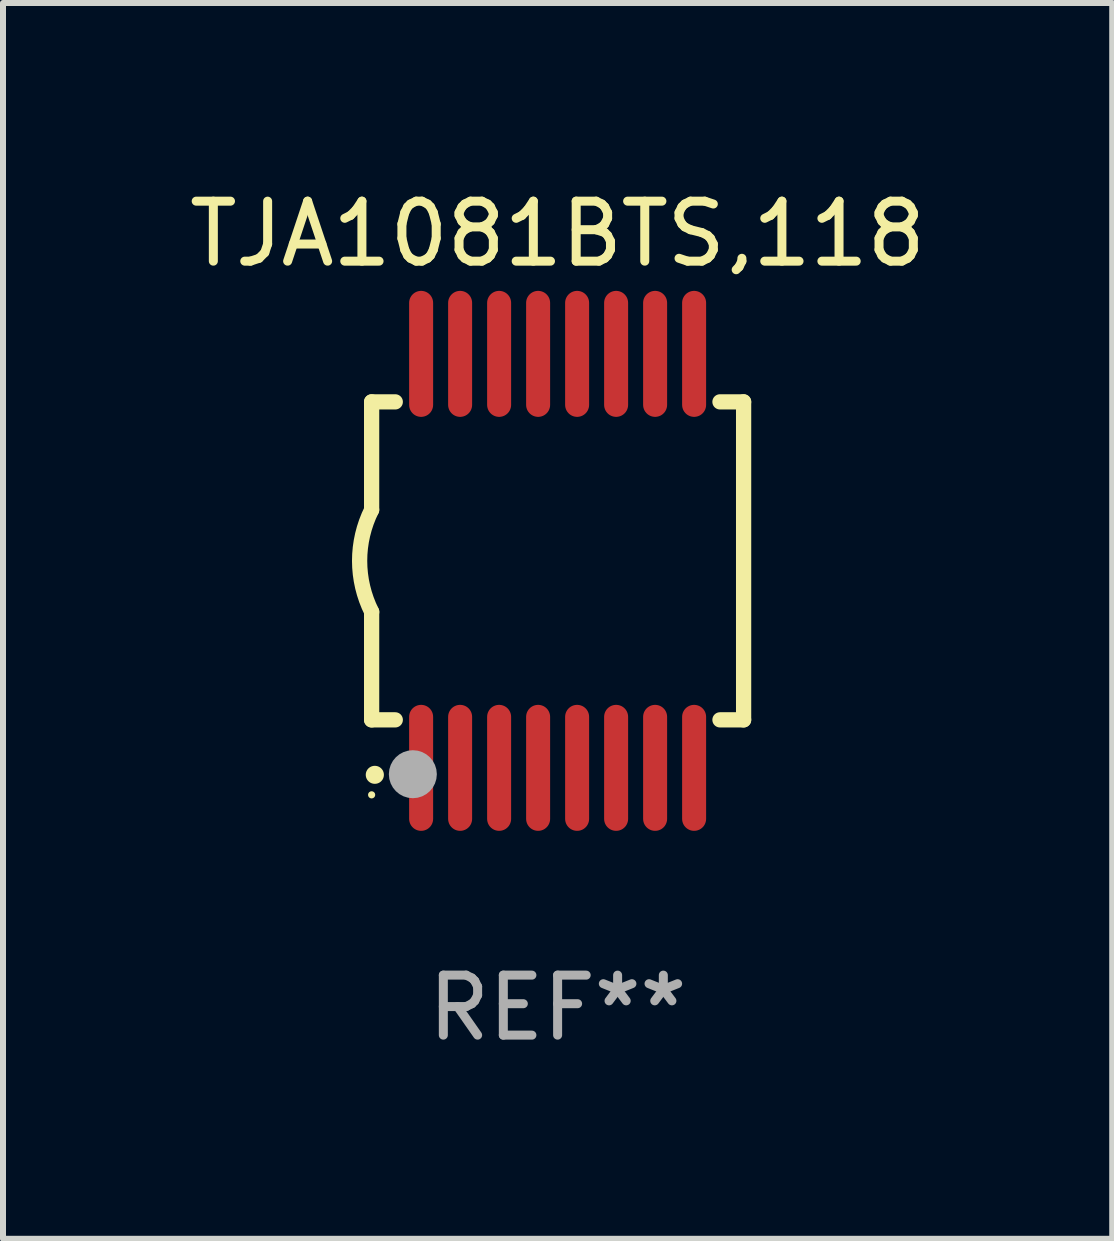
<source format=kicad_pcb>
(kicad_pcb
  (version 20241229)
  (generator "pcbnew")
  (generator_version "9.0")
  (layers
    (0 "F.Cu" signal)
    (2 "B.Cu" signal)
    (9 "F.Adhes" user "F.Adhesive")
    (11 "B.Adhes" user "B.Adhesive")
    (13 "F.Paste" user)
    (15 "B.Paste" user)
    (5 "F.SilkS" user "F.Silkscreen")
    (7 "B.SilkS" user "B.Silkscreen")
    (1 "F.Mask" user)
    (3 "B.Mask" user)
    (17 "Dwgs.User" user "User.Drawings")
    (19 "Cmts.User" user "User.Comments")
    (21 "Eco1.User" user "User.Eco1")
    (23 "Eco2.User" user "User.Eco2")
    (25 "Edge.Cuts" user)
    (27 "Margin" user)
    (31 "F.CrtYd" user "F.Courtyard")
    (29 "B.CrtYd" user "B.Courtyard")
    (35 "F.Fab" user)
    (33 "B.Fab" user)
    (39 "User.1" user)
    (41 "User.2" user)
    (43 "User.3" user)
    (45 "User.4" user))
  (footprint "TJA1081BTS,118"
    (layer "F.Cu")
    (at 6.244 6.298)
    (property "Reference" "TJA1081BTS,118" (at 0 -5.45 0) (layer "F.SilkS") (effects (font (size 1 1) (thickness 0.15))))
    (attr through_hole)
    (fp_line (start -3.1 -2.65) (end -3.1 -0.85) (stroke (width 0.254) (type solid)) (layer "F.SilkS"))
    (fp_line (start -3.1 -2.65) (end -2.706 -2.65) (stroke (width 0.254) (type solid)) (layer "F.SilkS"))
    (fp_line (start -3.1 2.65) (end -3.1 0.85) (stroke (width 0.254) (type solid)) (layer "F.SilkS"))
    (fp_line (start -3.1 2.65) (end -2.706 2.65) (stroke (width 0.254) (type solid)) (layer "F.SilkS"))
    (fp_line (start 2.706 -2.65) (end 3.1 -2.65) (stroke (width 0.254) (type solid)) (layer "F.SilkS"))
    (fp_line (start 2.706 2.65) (end 3.1 2.65) (stroke (width 0.254) (type solid)) (layer "F.SilkS"))
    (fp_line (start 3.1 -2.65) (end 3.1 2.65) (stroke (width 0.254) (type solid)) (layer "F.SilkS"))
    (fp_arc (start -3.098907 0.850902) (mid -3.300057 0.000523) (end -3.1 -0.850114) (stroke (width 0.254001) (type solid)) (layer "F.SilkS"))
    (fp_arc (start -3.048006 3.566066) (mid -3.046736 3.566061) (end -3.045466 3.566066) (stroke (width 0.3) (type solid)) (layer "F.SilkS"))
    (fp_circle (center -3.1 3.9) (end -3.07 3.9) (stroke (width 0.06) (type solid)) (fill no) (layer "F.SilkS"))
    (fp_circle (center -2.413 3.556) (end -2.213 3.556) (stroke (width 0.4) (type solid)) (fill no) (layer "F.Fab"))
    (fp_text user "REF**" (at 0 7.45 0) (layer "F.Fab") (effects (font (size 1 1) (thickness 0.15))))
    (pad "1" smd oval (at -2.275 3.45 180) (size 0.4 2.1) (layers "F.Cu" "F.Mask" "F.Paste"))
    (pad "2" smd oval (at -1.625 3.45 180) (size 0.4 2.1) (layers "F.Cu" "F.Mask" "F.Paste"))
    (pad "3" smd oval (at -0.975 3.45 180) (size 0.4 2.1) (layers "F.Cu" "F.Mask" "F.Paste"))
    (pad "4" smd oval (at -0.325 3.45 180) (size 0.4 2.1) (layers "F.Cu" "F.Mask" "F.Paste"))
    (pad "5" smd oval (at 0.325 3.45 180) (size 0.4 2.1) (layers "F.Cu" "F.Mask" "F.Paste"))
    (pad "6" smd oval (at 0.975 3.45 180) (size 0.4 2.1) (layers "F.Cu" "F.Mask" "F.Paste"))
    (pad "7" smd oval (at 1.625 3.45 180) (size 0.4 2.1) (layers "F.Cu" "F.Mask" "F.Paste"))
    (pad "8" smd oval (at 2.275 3.45 180) (size 0.4 2.1) (layers "F.Cu" "F.Mask" "F.Paste"))
    (pad "9" smd oval (at 2.275 -3.45 180) (size 0.4 2.1) (layers "F.Cu" "F.Mask" "F.Paste"))
    (pad "10" smd oval (at 1.625 -3.45 180) (size 0.4 2.1) (layers "F.Cu" "F.Mask" "F.Paste"))
    (pad "11" smd oval (at 0.975 -3.45 180) (size 0.4 2.1) (layers "F.Cu" "F.Mask" "F.Paste"))
    (pad "12" smd oval (at 0.325 -3.45 180) (size 0.4 2.1) (layers "F.Cu" "F.Mask" "F.Paste"))
    (pad "13" smd oval (at -0.325 -3.45 180) (size 0.4 2.1) (layers "F.Cu" "F.Mask" "F.Paste"))
    (pad "14" smd oval (at -0.975 -3.45 180) (size 0.4 2.1) (layers "F.Cu" "F.Mask" "F.Paste"))
    (pad "15" smd oval (at -1.625 -3.45 180) (size 0.4 2.1) (layers "F.Cu" "F.Mask" "F.Paste"))
    (pad "16" smd oval (at -2.275 -3.45 180) (size 0.4 2.1) (layers "F.Cu" "F.Mask" "F.Paste")))
  (gr_rect
    (start -3 -3)
    (end 15.488 17.597)
    (stroke (width 0.1) (type default))
    (fill no)
    (layer "Edge.Cuts")))
</source>
